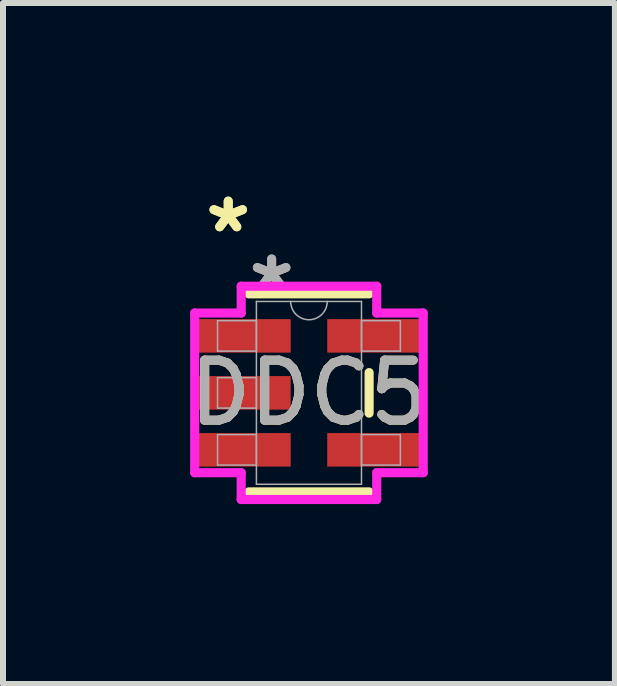
<source format=kicad_pcb>
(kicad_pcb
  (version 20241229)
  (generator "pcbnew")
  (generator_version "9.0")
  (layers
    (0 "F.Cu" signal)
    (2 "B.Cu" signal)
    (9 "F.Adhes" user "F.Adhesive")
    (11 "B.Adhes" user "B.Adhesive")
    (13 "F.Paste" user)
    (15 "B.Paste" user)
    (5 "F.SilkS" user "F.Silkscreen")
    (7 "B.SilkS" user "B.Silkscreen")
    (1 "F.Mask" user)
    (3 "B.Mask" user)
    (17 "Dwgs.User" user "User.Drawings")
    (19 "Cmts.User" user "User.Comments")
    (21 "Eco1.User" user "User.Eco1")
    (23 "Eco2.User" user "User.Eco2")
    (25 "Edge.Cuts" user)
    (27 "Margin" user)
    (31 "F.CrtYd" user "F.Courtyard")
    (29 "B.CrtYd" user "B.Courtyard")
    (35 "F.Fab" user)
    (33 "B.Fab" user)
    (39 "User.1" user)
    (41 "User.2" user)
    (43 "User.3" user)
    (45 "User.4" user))
  (footprint "DDC5"
    (layer "F.Cu")
    (at 2.101 3.5)
    (property "Reference" "DDC5" (at 0 0 0) (unlocked yes) (layer "F.SilkS") (effects (font (size 1 1) (thickness 0.15))))
    (attr smd)
    (fp_line (start -1.003 1.651) (end 1.003 1.651) (stroke (width 0.152) (type solid)) (layer "F.SilkS"))
    (fp_line (start 1.003 -1.651) (end -1.003 -1.651) (stroke (width 0.152) (type solid)) (layer "F.SilkS"))
    (fp_line (start 1.003 0.338) (end 1.003 -0.338) (stroke (width 0.152) (type solid)) (layer "F.SilkS"))
    (fp_line (start -1.905 -1.331) (end -1.13 -1.331) (stroke (width 0.152) (type solid)) (layer "F.CrtYd"))
    (fp_line (start -1.905 1.331) (end -1.905 -1.331) (stroke (width 0.152) (type solid)) (layer "F.CrtYd"))
    (fp_line (start -1.13 -1.778) (end 1.13 -1.778) (stroke (width 0.152) (type solid)) (layer "F.CrtYd"))
    (fp_line (start -1.13 -1.331) (end -1.13 -1.778) (stroke (width 0.152) (type solid)) (layer "F.CrtYd"))
    (fp_line (start -1.13 1.331) (end -1.905 1.331) (stroke (width 0.152) (type solid)) (layer "F.CrtYd"))
    (fp_line (start -1.13 1.778) (end -1.13 1.331) (stroke (width 0.152) (type solid)) (layer "F.CrtYd"))
    (fp_line (start 1.13 -1.778) (end 1.13 -1.331) (stroke (width 0.152) (type solid)) (layer "F.CrtYd"))
    (fp_line (start 1.13 -1.331) (end 1.905 -1.331) (stroke (width 0.152) (type solid)) (layer "F.CrtYd"))
    (fp_line (start 1.13 1.331) (end 1.13 1.778) (stroke (width 0.152) (type solid)) (layer "F.CrtYd"))
    (fp_line (start 1.13 1.778) (end -1.13 1.778) (stroke (width 0.152) (type solid)) (layer "F.CrtYd"))
    (fp_line (start 1.905 -1.331) (end 1.905 1.331) (stroke (width 0.152) (type solid)) (layer "F.CrtYd"))
    (fp_line (start 1.905 1.331) (end 1.13 1.331) (stroke (width 0.152) (type solid)) (layer "F.CrtYd"))
    (fp_line (start -1.524 -1.204) (end -1.524 -0.696) (stroke (width 0.025) (type solid)) (layer "F.Fab"))
    (fp_line (start -1.524 -0.696) (end -0.876 -0.696) (stroke (width 0.025) (type solid)) (layer "F.Fab"))
    (fp_line (start -1.524 -0.254) (end -1.524 0.254) (stroke (width 0.025) (type solid)) (layer "F.Fab"))
    (fp_line (start -1.524 0.254) (end -0.876 0.254) (stroke (width 0.025) (type solid)) (layer "F.Fab"))
    (fp_line (start -1.524 0.696) (end -1.524 1.204) (stroke (width 0.025) (type solid)) (layer "F.Fab"))
    (fp_line (start -1.524 1.204) (end -0.876 1.204) (stroke (width 0.025) (type solid)) (layer "F.Fab"))
    (fp_line (start -0.876 -1.524) (end -0.876 1.524) (stroke (width 0.025) (type solid)) (layer "F.Fab"))
    (fp_line (start -0.876 -1.204) (end -1.524 -1.204) (stroke (width 0.025) (type solid)) (layer "F.Fab"))
    (fp_line (start -0.876 -0.696) (end -0.876 -1.204) (stroke (width 0.025) (type solid)) (layer "F.Fab"))
    (fp_line (start -0.876 -0.254) (end -1.524 -0.254) (stroke (width 0.025) (type solid)) (layer "F.Fab"))
    (fp_line (start -0.876 0.254) (end -0.876 -0.254) (stroke (width 0.025) (type solid)) (layer "F.Fab"))
    (fp_line (start -0.876 0.696) (end -1.524 0.696) (stroke (width 0.025) (type solid)) (layer "F.Fab"))
    (fp_line (start -0.876 1.204) (end -0.876 0.696) (stroke (width 0.025) (type solid)) (layer "F.Fab"))
    (fp_line (start -0.876 1.524) (end 0.876 1.524) (stroke (width 0.025) (type solid)) (layer "F.Fab"))
    (fp_line (start 0.876 -1.524) (end -0.876 -1.524) (stroke (width 0.025) (type solid)) (layer "F.Fab"))
    (fp_line (start 0.876 -1.204) (end 0.876 -0.696) (stroke (width 0.025) (type solid)) (layer "F.Fab"))
    (fp_line (start 0.876 -0.696) (end 1.524 -0.696) (stroke (width 0.025) (type solid)) (layer "F.Fab"))
    (fp_line (start 0.876 0.696) (end 0.876 1.204) (stroke (width 0.025) (type solid)) (layer "F.Fab"))
    (fp_line (start 0.876 1.204) (end 1.524 1.204) (stroke (width 0.025) (type solid)) (layer "F.Fab"))
    (fp_line (start 0.876 1.524) (end 0.876 -1.524) (stroke (width 0.025) (type solid)) (layer "F.Fab"))
    (fp_line (start 1.524 -1.204) (end 0.876 -1.204) (stroke (width 0.025) (type solid)) (layer "F.Fab"))
    (fp_line (start 1.524 -0.696) (end 1.524 -1.204) (stroke (width 0.025) (type solid)) (layer "F.Fab"))
    (fp_line (start 1.524 0.696) (end 0.876 0.696) (stroke (width 0.025) (type solid)) (layer "F.Fab"))
    (fp_line (start 1.524 1.204) (end 1.524 0.696) (stroke (width 0.025) (type solid)) (layer "F.Fab"))
    (fp_arc (start 0.3048 -1.524) (mid 0 -1.2192) (end -0.3048 -1.524) (stroke (width 0.0254) (type solid)) (layer "F.Fab"))
    (fp_text user "*" (at -1.346 -2.652 0) (layer "F.SilkS") (effects (font (size 1 1) (thickness 0.15))))
    (fp_text user "*" (at -1.346 -2.652 0) (unlocked yes) (layer "F.SilkS") (effects (font (size 1 1) (thickness 0.15))))
    (fp_text user "*" (at -0.622 -1.687 0) (layer "F.Fab") (effects (font (size 1 1) (thickness 0.15))))
    (fp_text user "*" (at -0.622 -1.687 0) (unlocked yes) (layer "F.Fab") (effects (font (size 1 1) (thickness 0.15))))
    (fp_text user "${REFERENCE}" (at 0 0 0) (unlocked yes) (layer "F.Fab") (effects (font (size 1 1) (thickness 0.15))))
    (pad "1" smd rect (at -1.092 -0.95) (size 1.575 0.559) (layers "F.Cu" "F.Mask" "F.Paste"))
    (pad "2" smd rect (at -1.092 0) (size 1.575 0.559) (layers "F.Cu" "F.Mask" "F.Paste"))
    (pad "3" smd rect (at -1.092 0.95) (size 1.575 0.559) (layers "F.Cu" "F.Mask" "F.Paste"))
    (pad "4" smd rect (at 1.092 0.95) (size 1.575 0.559) (layers "F.Cu" "F.Mask" "F.Paste"))
    (pad "5" smd rect (at 1.092 -0.95) (size 1.575 0.559) (layers "F.Cu" "F.Mask" "F.Paste")))
  (gr_rect
    (start -3 -3)
    (end 7.202 8.354)
    (stroke (width 0.1) (type default))
    (fill no)
    (layer "Edge.Cuts")))
</source>
